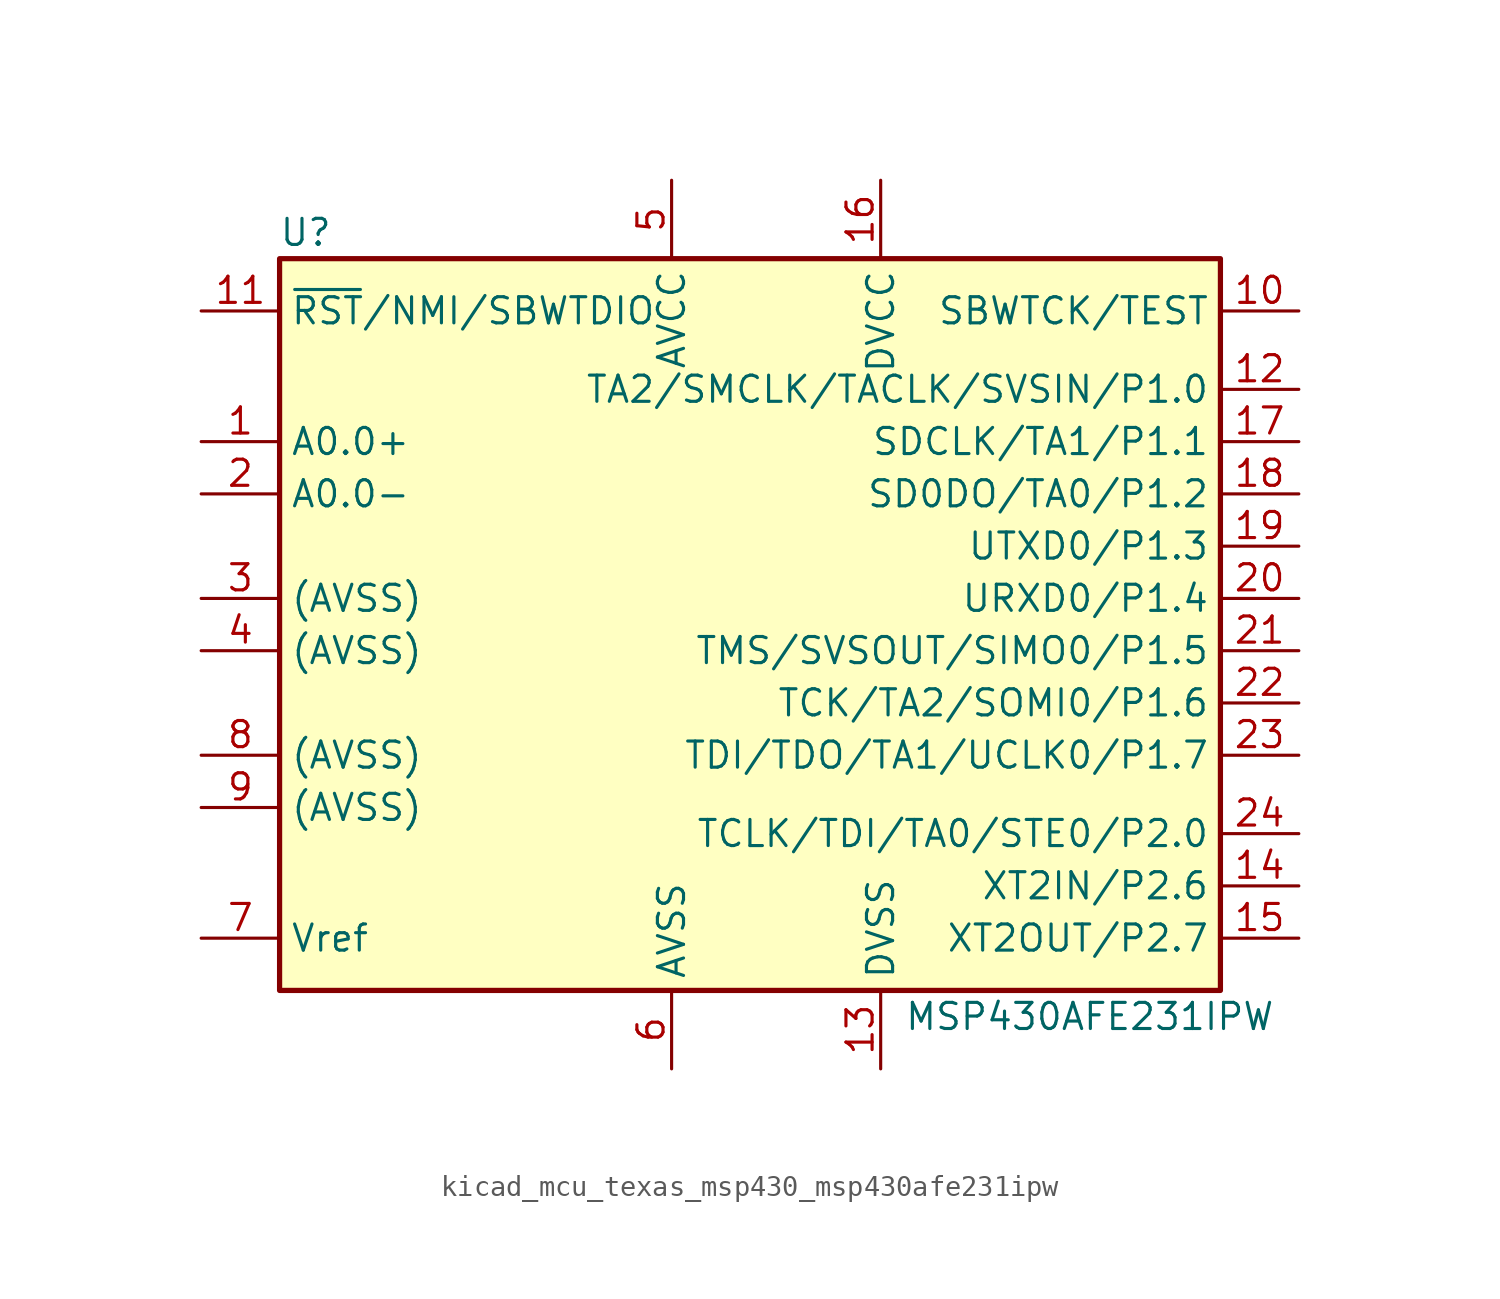
<source format=kicad_sym>
(kicad_symbol_lib
  (version 20220914)
  (generator kicad_symbol_editor)
  (symbol "kicad_mcu_texas_msp430_msp430afe231ipw"
    (property "Reference" "U"
      (at -22.86 19.05 0)
      (effects (font (size 1.27 1.27))))
    (property "Value" "MSP430AFE231IPW"
      (at 15.24 -19.05 0)
      (effects (font (size 1.27 1.27))))
    (symbol "kicad_mcu_texas_msp430_msp430afe231ipw_0_1"
      (rectangle (start -24.13 17.78) (end 21.59 -17.78) (stroke (width 0.254) (type default)) (fill (type background))))
    (symbol "kicad_mcu_texas_msp430_msp430afe231ipw_1_1"
      (pin passive line (at -27.94 8.89 0) (length 3.81) (name "A0.0+" (effects (font (size 1.27 1.27)))) (number "1" (effects (font (size 1.27 1.27)))))
      (pin input line (at 25.4 15.24 180) (length 3.81) (name "SBWTCK/TEST" (effects (font (size 1.27 1.27)))) (number "10" (effects (font (size 1.27 1.27)))))
      (pin input line (at -27.94 15.24 0) (length 3.81) (name "~{RST}/NMI/SBWTDIO" (effects (font (size 1.27 1.27)))) (number "11" (effects (font (size 1.27 1.27)))))
      (pin bidirectional line (at 25.4 11.43 180) (length 3.81) (name "TA2/SMCLK/TACLK/SVSIN/P1.0" (effects (font (size 1.27 1.27)))) (number "12" (effects (font (size 1.27 1.27)))))
      (pin power_in line (at 5.08 -21.59 90) (length 3.81) (name "DVSS" (effects (font (size 1.27 1.27)))) (number "13" (effects (font (size 1.27 1.27)))))
      (pin bidirectional line (at 25.4 -12.7 180) (length 3.81) (name "XT2IN/P2.6" (effects (font (size 1.27 1.27)))) (number "14" (effects (font (size 1.27 1.27)))))
      (pin bidirectional line (at 25.4 -15.24 180) (length 3.81) (name "XT2OUT/P2.7" (effects (font (size 1.27 1.27)))) (number "15" (effects (font (size 1.27 1.27)))))
      (pin power_in line (at 5.08 21.59 270) (length 3.81) (name "DVCC" (effects (font (size 1.27 1.27)))) (number "16" (effects (font (size 1.27 1.27)))))
      (pin bidirectional line (at 25.4 8.89 180) (length 3.81) (name "SDCLK/TA1/P1.1" (effects (font (size 1.27 1.27)))) (number "17" (effects (font (size 1.27 1.27)))))
      (pin bidirectional line (at 25.4 6.35 180) (length 3.81) (name "SD0DO/TA0/P1.2" (effects (font (size 1.27 1.27)))) (number "18" (effects (font (size 1.27 1.27)))))
      (pin bidirectional line (at 25.4 3.81 180) (length 3.81) (name "UTXD0/P1.3" (effects (font (size 1.27 1.27)))) (number "19" (effects (font (size 1.27 1.27)))))
      (pin passive line (at -27.94 6.35 0) (length 3.81) (name "A0.0-" (effects (font (size 1.27 1.27)))) (number "2" (effects (font (size 1.27 1.27)))))
      (pin bidirectional line (at 25.4 1.27 180) (length 3.81) (name "URXD0/P1.4" (effects (font (size 1.27 1.27)))) (number "20" (effects (font (size 1.27 1.27)))))
      (pin bidirectional line (at 25.4 -1.27 180) (length 3.81) (name "TMS/SVSOUT/SIMO0/P1.5" (effects (font (size 1.27 1.27)))) (number "21" (effects (font (size 1.27 1.27)))))
      (pin bidirectional line (at 25.4 -3.81 180) (length 3.81) (name "TCK/TA2/SOMI0/P1.6" (effects (font (size 1.27 1.27)))) (number "22" (effects (font (size 1.27 1.27)))))
      (pin bidirectional line (at 25.4 -6.35 180) (length 3.81) (name "TDI/TDO/TA1/UCLK0/P1.7" (effects (font (size 1.27 1.27)))) (number "23" (effects (font (size 1.27 1.27)))))
      (pin bidirectional line (at 25.4 -10.16 180) (length 3.81) (name "TCLK/TDI/TA0/STE0/P2.0" (effects (font (size 1.27 1.27)))) (number "24" (effects (font (size 1.27 1.27)))))
      (pin passive line (at -27.94 1.27 0) (length 3.81) (name "(AVSS)" (effects (font (size 1.27 1.27)))) (number "3" (effects (font (size 1.27 1.27)))))
      (pin passive line (at -27.94 -1.27 0) (length 3.81) (name "(AVSS)" (effects (font (size 1.27 1.27)))) (number "4" (effects (font (size 1.27 1.27)))))
      (pin power_in line (at -5.08 21.59 270) (length 3.81) (name "AVCC" (effects (font (size 1.27 1.27)))) (number "5" (effects (font (size 1.27 1.27)))))
      (pin power_in line (at -5.08 -21.59 90) (length 3.81) (name "AVSS" (effects (font (size 1.27 1.27)))) (number "6" (effects (font (size 1.27 1.27)))))
      (pin passive line (at -27.94 -15.24 0) (length 3.81) (name "Vref" (effects (font (size 1.27 1.27)))) (number "7" (effects (font (size 1.27 1.27)))))
      (pin passive line (at -27.94 -6.35 0) (length 3.81) (name "(AVSS)" (effects (font (size 1.27 1.27)))) (number "8" (effects (font (size 1.27 1.27)))))
      (pin passive line (at -27.94 -8.89 0) (length 3.81) (name "(AVSS)" (effects (font (size 1.27 1.27)))) (number "9" (effects (font (size 1.27 1.27))))))))
</source>
